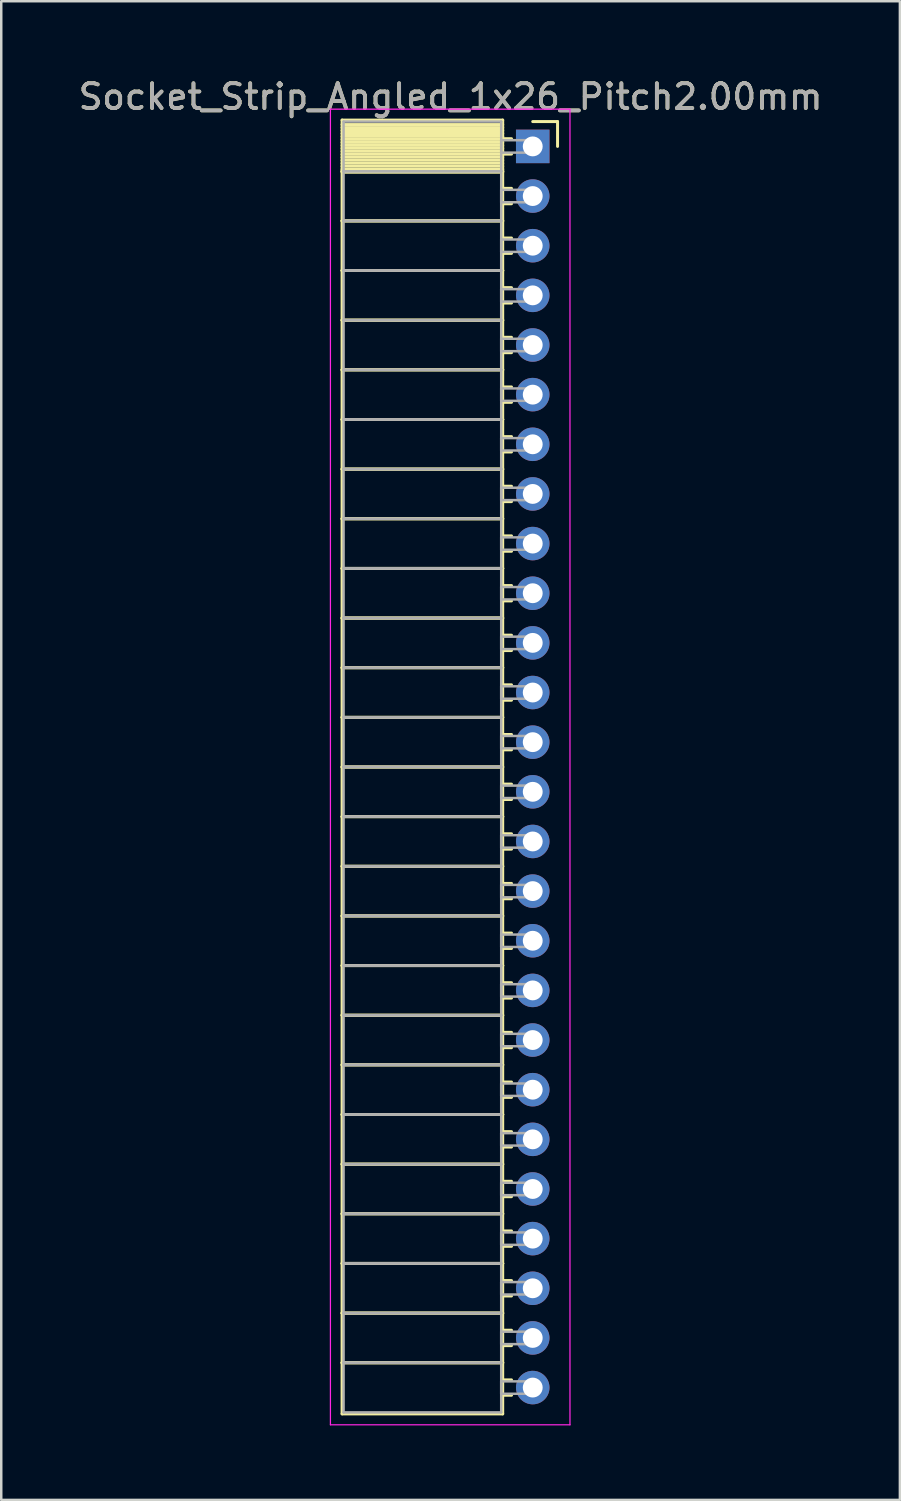
<source format=kicad_pcb>
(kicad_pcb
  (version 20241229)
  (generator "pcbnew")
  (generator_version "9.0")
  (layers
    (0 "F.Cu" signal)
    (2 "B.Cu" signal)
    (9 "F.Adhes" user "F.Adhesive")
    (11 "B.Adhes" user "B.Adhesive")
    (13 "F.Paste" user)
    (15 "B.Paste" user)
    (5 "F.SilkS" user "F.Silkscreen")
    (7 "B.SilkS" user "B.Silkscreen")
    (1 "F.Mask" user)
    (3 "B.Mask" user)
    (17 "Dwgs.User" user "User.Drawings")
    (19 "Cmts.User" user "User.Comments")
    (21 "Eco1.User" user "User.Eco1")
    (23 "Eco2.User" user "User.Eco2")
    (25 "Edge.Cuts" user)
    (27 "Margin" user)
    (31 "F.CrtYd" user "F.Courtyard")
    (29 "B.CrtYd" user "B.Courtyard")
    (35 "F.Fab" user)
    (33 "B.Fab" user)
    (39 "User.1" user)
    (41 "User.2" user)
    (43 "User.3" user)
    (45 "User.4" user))
  (footprint "Socket_Strip_Angled_1x26_Pitch2.00mm"
    (layer "F.Cu")
    (at 18.411 2.848)
    (property "Reference" "Socket_Strip_Angled_1x26_Pitch2.00mm" (at -3.31 -2 0) (layer "F.SilkS") (effects (font (size 1 1) (thickness 0.15))))
    (attr through_hole)
    (fp_line (start -7.68 -1.06) (end -1.21 -1.06) (stroke (width 0.12) (type solid)) (layer "F.SilkS"))
    (fp_line (start -7.68 1) (end -7.68 -1.06) (stroke (width 0.12) (type solid)) (layer "F.SilkS"))
    (fp_line (start -7.68 1) (end -1.21 1) (stroke (width 0.12) (type solid)) (layer "F.SilkS"))
    (fp_line (start -7.68 3) (end -7.68 1) (stroke (width 0.12) (type solid)) (layer "F.SilkS"))
    (fp_line (start -7.68 3) (end -1.21 3) (stroke (width 0.12) (type solid)) (layer "F.SilkS"))
    (fp_line (start -7.68 5) (end -7.68 3) (stroke (width 0.12) (type solid)) (layer "F.SilkS"))
    (fp_line (start -7.68 5) (end -1.21 5) (stroke (width 0.12) (type solid)) (layer "F.SilkS"))
    (fp_line (start -7.68 7) (end -7.68 5) (stroke (width 0.12) (type solid)) (layer "F.SilkS"))
    (fp_line (start -7.68 7) (end -1.21 7) (stroke (width 0.12) (type solid)) (layer "F.SilkS"))
    (fp_line (start -7.68 9) (end -7.68 7) (stroke (width 0.12) (type solid)) (layer "F.SilkS"))
    (fp_line (start -7.68 9) (end -1.21 9) (stroke (width 0.12) (type solid)) (layer "F.SilkS"))
    (fp_line (start -7.68 11) (end -7.68 9) (stroke (width 0.12) (type solid)) (layer "F.SilkS"))
    (fp_line (start -7.68 11) (end -1.21 11) (stroke (width 0.12) (type solid)) (layer "F.SilkS"))
    (fp_line (start -7.68 13) (end -7.68 11) (stroke (width 0.12) (type solid)) (layer "F.SilkS"))
    (fp_line (start -7.68 13) (end -1.21 13) (stroke (width 0.12) (type solid)) (layer "F.SilkS"))
    (fp_line (start -7.68 15) (end -7.68 13) (stroke (width 0.12) (type solid)) (layer "F.SilkS"))
    (fp_line (start -7.68 15) (end -1.21 15) (stroke (width 0.12) (type solid)) (layer "F.SilkS"))
    (fp_line (start -7.68 17) (end -7.68 15) (stroke (width 0.12) (type solid)) (layer "F.SilkS"))
    (fp_line (start -7.68 17) (end -1.21 17) (stroke (width 0.12) (type solid)) (layer "F.SilkS"))
    (fp_line (start -7.68 19) (end -7.68 17) (stroke (width 0.12) (type solid)) (layer "F.SilkS"))
    (fp_line (start -7.68 19) (end -1.21 19) (stroke (width 0.12) (type solid)) (layer "F.SilkS"))
    (fp_line (start -7.68 21) (end -7.68 19) (stroke (width 0.12) (type solid)) (layer "F.SilkS"))
    (fp_line (start -7.68 21) (end -1.21 21) (stroke (width 0.12) (type solid)) (layer "F.SilkS"))
    (fp_line (start -7.68 23) (end -7.68 21) (stroke (width 0.12) (type solid)) (layer "F.SilkS"))
    (fp_line (start -7.68 23) (end -1.21 23) (stroke (width 0.12) (type solid)) (layer "F.SilkS"))
    (fp_line (start -7.68 25) (end -7.68 23) (stroke (width 0.12) (type solid)) (layer "F.SilkS"))
    (fp_line (start -7.68 25) (end -1.21 25) (stroke (width 0.12) (type solid)) (layer "F.SilkS"))
    (fp_line (start -7.68 27) (end -7.68 25) (stroke (width 0.12) (type solid)) (layer "F.SilkS"))
    (fp_line (start -7.68 27) (end -1.21 27) (stroke (width 0.12) (type solid)) (layer "F.SilkS"))
    (fp_line (start -7.68 29) (end -7.68 27) (stroke (width 0.12) (type solid)) (layer "F.SilkS"))
    (fp_line (start -7.68 29) (end -1.21 29) (stroke (width 0.12) (type solid)) (layer "F.SilkS"))
    (fp_line (start -7.68 31) (end -7.68 29) (stroke (width 0.12) (type solid)) (layer "F.SilkS"))
    (fp_line (start -7.68 31) (end -1.21 31) (stroke (width 0.12) (type solid)) (layer "F.SilkS"))
    (fp_line (start -7.68 33) (end -7.68 31) (stroke (width 0.12) (type solid)) (layer "F.SilkS"))
    (fp_line (start -7.68 33) (end -1.21 33) (stroke (width 0.12) (type solid)) (layer "F.SilkS"))
    (fp_line (start -7.68 35) (end -7.68 33) (stroke (width 0.12) (type solid)) (layer "F.SilkS"))
    (fp_line (start -7.68 35) (end -1.21 35) (stroke (width 0.12) (type solid)) (layer "F.SilkS"))
    (fp_line (start -7.68 37) (end -7.68 35) (stroke (width 0.12) (type solid)) (layer "F.SilkS"))
    (fp_line (start -7.68 37) (end -1.21 37) (stroke (width 0.12) (type solid)) (layer "F.SilkS"))
    (fp_line (start -7.68 39) (end -7.68 37) (stroke (width 0.12) (type solid)) (layer "F.SilkS"))
    (fp_line (start -7.68 39) (end -1.21 39) (stroke (width 0.12) (type solid)) (layer "F.SilkS"))
    (fp_line (start -7.68 41) (end -7.68 39) (stroke (width 0.12) (type solid)) (layer "F.SilkS"))
    (fp_line (start -7.68 41) (end -1.21 41) (stroke (width 0.12) (type solid)) (layer "F.SilkS"))
    (fp_line (start -7.68 43) (end -7.68 41) (stroke (width 0.12) (type solid)) (layer "F.SilkS"))
    (fp_line (start -7.68 43) (end -1.21 43) (stroke (width 0.12) (type solid)) (layer "F.SilkS"))
    (fp_line (start -7.68 45) (end -7.68 43) (stroke (width 0.12) (type solid)) (layer "F.SilkS"))
    (fp_line (start -7.68 45) (end -1.21 45) (stroke (width 0.12) (type solid)) (layer "F.SilkS"))
    (fp_line (start -7.68 47) (end -7.68 45) (stroke (width 0.12) (type solid)) (layer "F.SilkS"))
    (fp_line (start -7.68 47) (end -1.21 47) (stroke (width 0.12) (type solid)) (layer "F.SilkS"))
    (fp_line (start -7.68 49) (end -7.68 47) (stroke (width 0.12) (type solid)) (layer "F.SilkS"))
    (fp_line (start -7.68 49) (end -1.21 49) (stroke (width 0.12) (type solid)) (layer "F.SilkS"))
    (fp_line (start -7.68 51.06) (end -7.68 49) (stroke (width 0.12) (type solid)) (layer "F.SilkS"))
    (fp_line (start -1.21 -1.06) (end -1.21 1) (stroke (width 0.12) (type solid)) (layer "F.SilkS"))
    (fp_line (start -1.21 -0.88) (end -7.68 -0.88) (stroke (width 0.12) (type solid)) (layer "F.SilkS"))
    (fp_line (start -1.21 -0.76) (end -7.68 -0.76) (stroke (width 0.12) (type solid)) (layer "F.SilkS"))
    (fp_line (start -1.21 -0.64) (end -7.68 -0.64) (stroke (width 0.12) (type solid)) (layer "F.SilkS"))
    (fp_line (start -1.21 -0.52) (end -7.68 -0.52) (stroke (width 0.12) (type solid)) (layer "F.SilkS"))
    (fp_line (start -1.21 -0.4) (end -7.68 -0.4) (stroke (width 0.12) (type solid)) (layer "F.SilkS"))
    (fp_line (start -1.21 -0.28) (end -7.68 -0.28) (stroke (width 0.12) (type solid)) (layer "F.SilkS"))
    (fp_line (start -1.21 -0.16) (end -7.68 -0.16) (stroke (width 0.12) (type solid)) (layer "F.SilkS"))
    (fp_line (start -1.21 -0.04) (end -7.68 -0.04) (stroke (width 0.12) (type solid)) (layer "F.SilkS"))
    (fp_line (start -1.21 0.08) (end -7.68 0.08) (stroke (width 0.12) (type solid)) (layer "F.SilkS"))
    (fp_line (start -1.21 0.2) (end -7.68 0.2) (stroke (width 0.12) (type solid)) (layer "F.SilkS"))
    (fp_line (start -1.21 0.32) (end -7.68 0.32) (stroke (width 0.12) (type solid)) (layer "F.SilkS"))
    (fp_line (start -1.21 0.44) (end -7.68 0.44) (stroke (width 0.12) (type solid)) (layer "F.SilkS"))
    (fp_line (start -1.21 0.56) (end -7.68 0.56) (stroke (width 0.12) (type solid)) (layer "F.SilkS"))
    (fp_line (start -1.21 0.68) (end -7.68 0.68) (stroke (width 0.12) (type solid)) (layer "F.SilkS"))
    (fp_line (start -1.21 0.8) (end -7.68 0.8) (stroke (width 0.12) (type solid)) (layer "F.SilkS"))
    (fp_line (start -1.21 0.92) (end -7.68 0.92) (stroke (width 0.12) (type solid)) (layer "F.SilkS"))
    (fp_line (start -1.21 1) (end -7.68 1) (stroke (width 0.12) (type solid)) (layer "F.SilkS"))
    (fp_line (start -1.21 1) (end -1.21 3) (stroke (width 0.12) (type solid)) (layer "F.SilkS"))
    (fp_line (start -1.21 1.04) (end -7.68 1.04) (stroke (width 0.12) (type solid)) (layer "F.SilkS"))
    (fp_line (start -1.21 3) (end -7.68 3) (stroke (width 0.12) (type solid)) (layer "F.SilkS"))
    (fp_line (start -1.21 3) (end -1.21 5) (stroke (width 0.12) (type solid)) (layer "F.SilkS"))
    (fp_line (start -1.21 5) (end -7.68 5) (stroke (width 0.12) (type solid)) (layer "F.SilkS"))
    (fp_line (start -1.21 5) (end -1.21 7) (stroke (width 0.12) (type solid)) (layer "F.SilkS"))
    (fp_line (start -1.21 7) (end -7.68 7) (stroke (width 0.12) (type solid)) (layer "F.SilkS"))
    (fp_line (start -1.21 7) (end -1.21 9) (stroke (width 0.12) (type solid)) (layer "F.SilkS"))
    (fp_line (start -1.21 9) (end -7.68 9) (stroke (width 0.12) (type solid)) (layer "F.SilkS"))
    (fp_line (start -1.21 9) (end -1.21 11) (stroke (width 0.12) (type solid)) (layer "F.SilkS"))
    (fp_line (start -1.21 11) (end -7.68 11) (stroke (width 0.12) (type solid)) (layer "F.SilkS"))
    (fp_line (start -1.21 11) (end -1.21 13) (stroke (width 0.12) (type solid)) (layer "F.SilkS"))
    (fp_line (start -1.21 13) (end -7.68 13) (stroke (width 0.12) (type solid)) (layer "F.SilkS"))
    (fp_line (start -1.21 13) (end -1.21 15) (stroke (width 0.12) (type solid)) (layer "F.SilkS"))
    (fp_line (start -1.21 15) (end -7.68 15) (stroke (width 0.12) (type solid)) (layer "F.SilkS"))
    (fp_line (start -1.21 15) (end -1.21 17) (stroke (width 0.12) (type solid)) (layer "F.SilkS"))
    (fp_line (start -1.21 17) (end -7.68 17) (stroke (width 0.12) (type solid)) (layer "F.SilkS"))
    (fp_line (start -1.21 17) (end -1.21 19) (stroke (width 0.12) (type solid)) (layer "F.SilkS"))
    (fp_line (start -1.21 19) (end -7.68 19) (stroke (width 0.12) (type solid)) (layer "F.SilkS"))
    (fp_line (start -1.21 19) (end -1.21 21) (stroke (width 0.12) (type solid)) (layer "F.SilkS"))
    (fp_line (start -1.21 21) (end -7.68 21) (stroke (width 0.12) (type solid)) (layer "F.SilkS"))
    (fp_line (start -1.21 21) (end -1.21 23) (stroke (width 0.12) (type solid)) (layer "F.SilkS"))
    (fp_line (start -1.21 23) (end -7.68 23) (stroke (width 0.12) (type solid)) (layer "F.SilkS"))
    (fp_line (start -1.21 23) (end -1.21 25) (stroke (width 0.12) (type solid)) (layer "F.SilkS"))
    (fp_line (start -1.21 25) (end -7.68 25) (stroke (width 0.12) (type solid)) (layer "F.SilkS"))
    (fp_line (start -1.21 25) (end -1.21 27) (stroke (width 0.12) (type solid)) (layer "F.SilkS"))
    (fp_line (start -1.21 27) (end -7.68 27) (stroke (width 0.12) (type solid)) (layer "F.SilkS"))
    (fp_line (start -1.21 27) (end -1.21 29) (stroke (width 0.12) (type solid)) (layer "F.SilkS"))
    (fp_line (start -1.21 29) (end -7.68 29) (stroke (width 0.12) (type solid)) (layer "F.SilkS"))
    (fp_line (start -1.21 29) (end -1.21 31) (stroke (width 0.12) (type solid)) (layer "F.SilkS"))
    (fp_line (start -1.21 31) (end -7.68 31) (stroke (width 0.12) (type solid)) (layer "F.SilkS"))
    (fp_line (start -1.21 31) (end -1.21 33) (stroke (width 0.12) (type solid)) (layer "F.SilkS"))
    (fp_line (start -1.21 33) (end -7.68 33) (stroke (width 0.12) (type solid)) (layer "F.SilkS"))
    (fp_line (start -1.21 33) (end -1.21 35) (stroke (width 0.12) (type solid)) (layer "F.SilkS"))
    (fp_line (start -1.21 35) (end -7.68 35) (stroke (width 0.12) (type solid)) (layer "F.SilkS"))
    (fp_line (start -1.21 35) (end -1.21 37) (stroke (width 0.12) (type solid)) (layer "F.SilkS"))
    (fp_line (start -1.21 37) (end -7.68 37) (stroke (width 0.12) (type solid)) (layer "F.SilkS"))
    (fp_line (start -1.21 37) (end -1.21 39) (stroke (width 0.12) (type solid)) (layer "F.SilkS"))
    (fp_line (start -1.21 39) (end -7.68 39) (stroke (width 0.12) (type solid)) (layer "F.SilkS"))
    (fp_line (start -1.21 39) (end -1.21 41) (stroke (width 0.12) (type solid)) (layer "F.SilkS"))
    (fp_line (start -1.21 41) (end -7.68 41) (stroke (width 0.12) (type solid)) (layer "F.SilkS"))
    (fp_line (start -1.21 41) (end -1.21 43) (stroke (width 0.12) (type solid)) (layer "F.SilkS"))
    (fp_line (start -1.21 43) (end -7.68 43) (stroke (width 0.12) (type solid)) (layer "F.SilkS"))
    (fp_line (start -1.21 43) (end -1.21 45) (stroke (width 0.12) (type solid)) (layer "F.SilkS"))
    (fp_line (start -1.21 45) (end -7.68 45) (stroke (width 0.12) (type solid)) (layer "F.SilkS"))
    (fp_line (start -1.21 45) (end -1.21 47) (stroke (width 0.12) (type solid)) (layer "F.SilkS"))
    (fp_line (start -1.21 47) (end -7.68 47) (stroke (width 0.12) (type solid)) (layer "F.SilkS"))
    (fp_line (start -1.21 47) (end -1.21 49) (stroke (width 0.12) (type solid)) (layer "F.SilkS"))
    (fp_line (start -1.21 49) (end -7.68 49) (stroke (width 0.12) (type solid)) (layer "F.SilkS"))
    (fp_line (start -1.21 49) (end -1.21 51.06) (stroke (width 0.12) (type solid)) (layer "F.SilkS"))
    (fp_line (start -1.21 51.06) (end -7.68 51.06) (stroke (width 0.12) (type solid)) (layer "F.SilkS"))
    (fp_line (start -0.855 -0.31) (end -1.21 -0.31) (stroke (width 0.12) (type solid)) (layer "F.SilkS"))
    (fp_line (start -0.855 0.31) (end -1.21 0.31) (stroke (width 0.12) (type solid)) (layer "F.SilkS"))
    (fp_line (start -0.855 1.69) (end -1.21 1.69) (stroke (width 0.12) (type solid)) (layer "F.SilkS"))
    (fp_line (start -0.855 2.31) (end -1.21 2.31) (stroke (width 0.12) (type solid)) (layer "F.SilkS"))
    (fp_line (start -0.855 3.69) (end -1.21 3.69) (stroke (width 0.12) (type solid)) (layer "F.SilkS"))
    (fp_line (start -0.855 4.31) (end -1.21 4.31) (stroke (width 0.12) (type solid)) (layer "F.SilkS"))
    (fp_line (start -0.855 5.69) (end -1.21 5.69) (stroke (width 0.12) (type solid)) (layer "F.SilkS"))
    (fp_line (start -0.855 6.31) (end -1.21 6.31) (stroke (width 0.12) (type solid)) (layer "F.SilkS"))
    (fp_line (start -0.855 7.69) (end -1.21 7.69) (stroke (width 0.12) (type solid)) (layer "F.SilkS"))
    (fp_line (start -0.855 8.31) (end -1.21 8.31) (stroke (width 0.12) (type solid)) (layer "F.SilkS"))
    (fp_line (start -0.855 9.69) (end -1.21 9.69) (stroke (width 0.12) (type solid)) (layer "F.SilkS"))
    (fp_line (start -0.855 10.31) (end -1.21 10.31) (stroke (width 0.12) (type solid)) (layer "F.SilkS"))
    (fp_line (start -0.855 11.69) (end -1.21 11.69) (stroke (width 0.12) (type solid)) (layer "F.SilkS"))
    (fp_line (start -0.855 12.31) (end -1.21 12.31) (stroke (width 0.12) (type solid)) (layer "F.SilkS"))
    (fp_line (start -0.855 13.69) (end -1.21 13.69) (stroke (width 0.12) (type solid)) (layer "F.SilkS"))
    (fp_line (start -0.855 14.31) (end -1.21 14.31) (stroke (width 0.12) (type solid)) (layer "F.SilkS"))
    (fp_line (start -0.855 15.69) (end -1.21 15.69) (stroke (width 0.12) (type solid)) (layer "F.SilkS"))
    (fp_line (start -0.855 16.31) (end -1.21 16.31) (stroke (width 0.12) (type solid)) (layer "F.SilkS"))
    (fp_line (start -0.855 17.69) (end -1.21 17.69) (stroke (width 0.12) (type solid)) (layer "F.SilkS"))
    (fp_line (start -0.855 18.31) (end -1.21 18.31) (stroke (width 0.12) (type solid)) (layer "F.SilkS"))
    (fp_line (start -0.855 19.69) (end -1.21 19.69) (stroke (width 0.12) (type solid)) (layer "F.SilkS"))
    (fp_line (start -0.855 20.31) (end -1.21 20.31) (stroke (width 0.12) (type solid)) (layer "F.SilkS"))
    (fp_line (start -0.855 21.69) (end -1.21 21.69) (stroke (width 0.12) (type solid)) (layer "F.SilkS"))
    (fp_line (start -0.855 22.31) (end -1.21 22.31) (stroke (width 0.12) (type solid)) (layer "F.SilkS"))
    (fp_line (start -0.855 23.69) (end -1.21 23.69) (stroke (width 0.12) (type solid)) (layer "F.SilkS"))
    (fp_line (start -0.855 24.31) (end -1.21 24.31) (stroke (width 0.12) (type solid)) (layer "F.SilkS"))
    (fp_line (start -0.855 25.69) (end -1.21 25.69) (stroke (width 0.12) (type solid)) (layer "F.SilkS"))
    (fp_line (start -0.855 26.31) (end -1.21 26.31) (stroke (width 0.12) (type solid)) (layer "F.SilkS"))
    (fp_line (start -0.855 27.69) (end -1.21 27.69) (stroke (width 0.12) (type solid)) (layer "F.SilkS"))
    (fp_line (start -0.855 28.31) (end -1.21 28.31) (stroke (width 0.12) (type solid)) (layer "F.SilkS"))
    (fp_line (start -0.855 29.69) (end -1.21 29.69) (stroke (width 0.12) (type solid)) (layer "F.SilkS"))
    (fp_line (start -0.855 30.31) (end -1.21 30.31) (stroke (width 0.12) (type solid)) (layer "F.SilkS"))
    (fp_line (start -0.855 31.69) (end -1.21 31.69) (stroke (width 0.12) (type solid)) (layer "F.SilkS"))
    (fp_line (start -0.855 32.31) (end -1.21 32.31) (stroke (width 0.12) (type solid)) (layer "F.SilkS"))
    (fp_line (start -0.855 33.69) (end -1.21 33.69) (stroke (width 0.12) (type solid)) (layer "F.SilkS"))
    (fp_line (start -0.855 34.31) (end -1.21 34.31) (stroke (width 0.12) (type solid)) (layer "F.SilkS"))
    (fp_line (start -0.855 35.69) (end -1.21 35.69) (stroke (width 0.12) (type solid)) (layer "F.SilkS"))
    (fp_line (start -0.855 36.31) (end -1.21 36.31) (stroke (width 0.12) (type solid)) (layer "F.SilkS"))
    (fp_line (start -0.855 37.69) (end -1.21 37.69) (stroke (width 0.12) (type solid)) (layer "F.SilkS"))
    (fp_line (start -0.855 38.31) (end -1.21 38.31) (stroke (width 0.12) (type solid)) (layer "F.SilkS"))
    (fp_line (start -0.855 39.69) (end -1.21 39.69) (stroke (width 0.12) (type solid)) (layer "F.SilkS"))
    (fp_line (start -0.855 40.31) (end -1.21 40.31) (stroke (width 0.12) (type solid)) (layer "F.SilkS"))
    (fp_line (start -0.855 41.69) (end -1.21 41.69) (stroke (width 0.12) (type solid)) (layer "F.SilkS"))
    (fp_line (start -0.855 42.31) (end -1.21 42.31) (stroke (width 0.12) (type solid)) (layer "F.SilkS"))
    (fp_line (start -0.855 43.69) (end -1.21 43.69) (stroke (width 0.12) (type solid)) (layer "F.SilkS"))
    (fp_line (start -0.855 44.31) (end -1.21 44.31) (stroke (width 0.12) (type solid)) (layer "F.SilkS"))
    (fp_line (start -0.855 45.69) (end -1.21 45.69) (stroke (width 0.12) (type solid)) (layer "F.SilkS"))
    (fp_line (start -0.855 46.31) (end -1.21 46.31) (stroke (width 0.12) (type solid)) (layer "F.SilkS"))
    (fp_line (start -0.855 47.69) (end -1.21 47.69) (stroke (width 0.12) (type solid)) (layer "F.SilkS"))
    (fp_line (start -0.855 48.31) (end -1.21 48.31) (stroke (width 0.12) (type solid)) (layer "F.SilkS"))
    (fp_line (start -0.855 49.69) (end -1.21 49.69) (stroke (width 0.12) (type solid)) (layer "F.SilkS"))
    (fp_line (start -0.855 50.31) (end -1.21 50.31) (stroke (width 0.12) (type solid)) (layer "F.SilkS"))
    (fp_line (start 0 -1) (end 1 -1) (stroke (width 0.12) (type solid)) (layer "F.SilkS"))
    (fp_line (start 1 -1) (end 1 0) (stroke (width 0.12) (type solid)) (layer "F.SilkS"))
    (fp_line (start -8.15 -1.5) (end 1.5 -1.5) (stroke (width 0.05) (type solid)) (layer "F.CrtYd"))
    (fp_line (start -8.15 51.5) (end -8.15 -1.5) (stroke (width 0.05) (type solid)) (layer "F.CrtYd"))
    (fp_line (start 1.5 -1.5) (end 1.5 51.5) (stroke (width 0.05) (type solid)) (layer "F.CrtYd"))
    (fp_line (start 1.5 51.5) (end -8.15 51.5) (stroke (width 0.05) (type solid)) (layer "F.CrtYd"))
    (fp_line (start -7.62 -1) (end -1.27 -1) (stroke (width 0.1) (type solid)) (layer "F.Fab"))
    (fp_line (start -7.62 1) (end -7.62 -1) (stroke (width 0.1) (type solid)) (layer "F.Fab"))
    (fp_line (start -7.62 1) (end -1.27 1) (stroke (width 0.1) (type solid)) (layer "F.Fab"))
    (fp_line (start -7.62 3) (end -7.62 1) (stroke (width 0.1) (type solid)) (layer "F.Fab"))
    (fp_line (start -7.62 3) (end -1.27 3) (stroke (width 0.1) (type solid)) (layer "F.Fab"))
    (fp_line (start -7.62 5) (end -7.62 3) (stroke (width 0.1) (type solid)) (layer "F.Fab"))
    (fp_line (start -7.62 5) (end -1.27 5) (stroke (width 0.1) (type solid)) (layer "F.Fab"))
    (fp_line (start -7.62 7) (end -7.62 5) (stroke (width 0.1) (type solid)) (layer "F.Fab"))
    (fp_line (start -7.62 7) (end -1.27 7) (stroke (width 0.1) (type solid)) (layer "F.Fab"))
    (fp_line (start -7.62 9) (end -7.62 7) (stroke (width 0.1) (type solid)) (layer "F.Fab"))
    (fp_line (start -7.62 9) (end -1.27 9) (stroke (width 0.1) (type solid)) (layer "F.Fab"))
    (fp_line (start -7.62 11) (end -7.62 9) (stroke (width 0.1) (type solid)) (layer "F.Fab"))
    (fp_line (start -7.62 11) (end -1.27 11) (stroke (width 0.1) (type solid)) (layer "F.Fab"))
    (fp_line (start -7.62 13) (end -7.62 11) (stroke (width 0.1) (type solid)) (layer "F.Fab"))
    (fp_line (start -7.62 13) (end -1.27 13) (stroke (width 0.1) (type solid)) (layer "F.Fab"))
    (fp_line (start -7.62 15) (end -7.62 13) (stroke (width 0.1) (type solid)) (layer "F.Fab"))
    (fp_line (start -7.62 15) (end -1.27 15) (stroke (width 0.1) (type solid)) (layer "F.Fab"))
    (fp_line (start -7.62 17) (end -7.62 15) (stroke (width 0.1) (type solid)) (layer "F.Fab"))
    (fp_line (start -7.62 17) (end -1.27 17) (stroke (width 0.1) (type solid)) (layer "F.Fab"))
    (fp_line (start -7.62 19) (end -7.62 17) (stroke (width 0.1) (type solid)) (layer "F.Fab"))
    (fp_line (start -7.62 19) (end -1.27 19) (stroke (width 0.1) (type solid)) (layer "F.Fab"))
    (fp_line (start -7.62 21) (end -7.62 19) (stroke (width 0.1) (type solid)) (layer "F.Fab"))
    (fp_line (start -7.62 21) (end -1.27 21) (stroke (width 0.1) (type solid)) (layer "F.Fab"))
    (fp_line (start -7.62 23) (end -7.62 21) (stroke (width 0.1) (type solid)) (layer "F.Fab"))
    (fp_line (start -7.62 23) (end -1.27 23) (stroke (width 0.1) (type solid)) (layer "F.Fab"))
    (fp_line (start -7.62 25) (end -7.62 23) (stroke (width 0.1) (type solid)) (layer "F.Fab"))
    (fp_line (start -7.62 25) (end -1.27 25) (stroke (width 0.1) (type solid)) (layer "F.Fab"))
    (fp_line (start -7.62 27) (end -7.62 25) (stroke (width 0.1) (type solid)) (layer "F.Fab"))
    (fp_line (start -7.62 27) (end -1.27 27) (stroke (width 0.1) (type solid)) (layer "F.Fab"))
    (fp_line (start -7.62 29) (end -7.62 27) (stroke (width 0.1) (type solid)) (layer "F.Fab"))
    (fp_line (start -7.62 29) (end -1.27 29) (stroke (width 0.1) (type solid)) (layer "F.Fab"))
    (fp_line (start -7.62 31) (end -7.62 29) (stroke (width 0.1) (type solid)) (layer "F.Fab"))
    (fp_line (start -7.62 31) (end -1.27 31) (stroke (width 0.1) (type solid)) (layer "F.Fab"))
    (fp_line (start -7.62 33) (end -7.62 31) (stroke (width 0.1) (type solid)) (layer "F.Fab"))
    (fp_line (start -7.62 33) (end -1.27 33) (stroke (width 0.1) (type solid)) (layer "F.Fab"))
    (fp_line (start -7.62 35) (end -7.62 33) (stroke (width 0.1) (type solid)) (layer "F.Fab"))
    (fp_line (start -7.62 35) (end -1.27 35) (stroke (width 0.1) (type solid)) (layer "F.Fab"))
    (fp_line (start -7.62 37) (end -7.62 35) (stroke (width 0.1) (type solid)) (layer "F.Fab"))
    (fp_line (start -7.62 37) (end -1.27 37) (stroke (width 0.1) (type solid)) (layer "F.Fab"))
    (fp_line (start -7.62 39) (end -7.62 37) (stroke (width 0.1) (type solid)) (layer "F.Fab"))
    (fp_line (start -7.62 39) (end -1.27 39) (stroke (width 0.1) (type solid)) (layer "F.Fab"))
    (fp_line (start -7.62 41) (end -7.62 39) (stroke (width 0.1) (type solid)) (layer "F.Fab"))
    (fp_line (start -7.62 41) (end -1.27 41) (stroke (width 0.1) (type solid)) (layer "F.Fab"))
    (fp_line (start -7.62 43) (end -7.62 41) (stroke (width 0.1) (type solid)) (layer "F.Fab"))
    (fp_line (start -7.62 43) (end -1.27 43) (stroke (width 0.1) (type solid)) (layer "F.Fab"))
    (fp_line (start -7.62 45) (end -7.62 43) (stroke (width 0.1) (type solid)) (layer "F.Fab"))
    (fp_line (start -7.62 45) (end -1.27 45) (stroke (width 0.1) (type solid)) (layer "F.Fab"))
    (fp_line (start -7.62 47) (end -7.62 45) (stroke (width 0.1) (type solid)) (layer "F.Fab"))
    (fp_line (start -7.62 47) (end -1.27 47) (stroke (width 0.1) (type solid)) (layer "F.Fab"))
    (fp_line (start -7.62 49) (end -7.62 47) (stroke (width 0.1) (type solid)) (layer "F.Fab"))
    (fp_line (start -7.62 49) (end -1.27 49) (stroke (width 0.1) (type solid)) (layer "F.Fab"))
    (fp_line (start -7.62 51) (end -7.62 49) (stroke (width 0.1) (type solid)) (layer "F.Fab"))
    (fp_line (start -1.27 -1) (end -1.27 1) (stroke (width 0.1) (type solid)) (layer "F.Fab"))
    (fp_line (start -1.27 -0.25) (end 0 -0.25) (stroke (width 0.1) (type solid)) (layer "F.Fab"))
    (fp_line (start -1.27 0.25) (end -1.27 -0.25) (stroke (width 0.1) (type solid)) (layer "F.Fab"))
    (fp_line (start -1.27 1) (end -7.62 1) (stroke (width 0.1) (type solid)) (layer "F.Fab"))
    (fp_line (start -1.27 1) (end -1.27 3) (stroke (width 0.1) (type solid)) (layer "F.Fab"))
    (fp_line (start -1.27 1.75) (end 0 1.75) (stroke (width 0.1) (type solid)) (layer "F.Fab"))
    (fp_line (start -1.27 2.25) (end -1.27 1.75) (stroke (width 0.1) (type solid)) (layer "F.Fab"))
    (fp_line (start -1.27 3) (end -7.62 3) (stroke (width 0.1) (type solid)) (layer "F.Fab"))
    (fp_line (start -1.27 3) (end -1.27 5) (stroke (width 0.1) (type solid)) (layer "F.Fab"))
    (fp_line (start -1.27 3.75) (end 0 3.75) (stroke (width 0.1) (type solid)) (layer "F.Fab"))
    (fp_line (start -1.27 4.25) (end -1.27 3.75) (stroke (width 0.1) (type solid)) (layer "F.Fab"))
    (fp_line (start -1.27 5) (end -7.62 5) (stroke (width 0.1) (type solid)) (layer "F.Fab"))
    (fp_line (start -1.27 5) (end -1.27 7) (stroke (width 0.1) (type solid)) (layer "F.Fab"))
    (fp_line (start -1.27 5.75) (end 0 5.75) (stroke (width 0.1) (type solid)) (layer "F.Fab"))
    (fp_line (start -1.27 6.25) (end -1.27 5.75) (stroke (width 0.1) (type solid)) (layer "F.Fab"))
    (fp_line (start -1.27 7) (end -7.62 7) (stroke (width 0.1) (type solid)) (layer "F.Fab"))
    (fp_line (start -1.27 7) (end -1.27 9) (stroke (width 0.1) (type solid)) (layer "F.Fab"))
    (fp_line (start -1.27 7.75) (end 0 7.75) (stroke (width 0.1) (type solid)) (layer "F.Fab"))
    (fp_line (start -1.27 8.25) (end -1.27 7.75) (stroke (width 0.1) (type solid)) (layer "F.Fab"))
    (fp_line (start -1.27 9) (end -7.62 9) (stroke (width 0.1) (type solid)) (layer "F.Fab"))
    (fp_line (start -1.27 9) (end -1.27 11) (stroke (width 0.1) (type solid)) (layer "F.Fab"))
    (fp_line (start -1.27 9.75) (end 0 9.75) (stroke (width 0.1) (type solid)) (layer "F.Fab"))
    (fp_line (start -1.27 10.25) (end -1.27 9.75) (stroke (width 0.1) (type solid)) (layer "F.Fab"))
    (fp_line (start -1.27 11) (end -7.62 11) (stroke (width 0.1) (type solid)) (layer "F.Fab"))
    (fp_line (start -1.27 11) (end -1.27 13) (stroke (width 0.1) (type solid)) (layer "F.Fab"))
    (fp_line (start -1.27 11.75) (end 0 11.75) (stroke (width 0.1) (type solid)) (layer "F.Fab"))
    (fp_line (start -1.27 12.25) (end -1.27 11.75) (stroke (width 0.1) (type solid)) (layer "F.Fab"))
    (fp_line (start -1.27 13) (end -7.62 13) (stroke (width 0.1) (type solid)) (layer "F.Fab"))
    (fp_line (start -1.27 13) (end -1.27 15) (stroke (width 0.1) (type solid)) (layer "F.Fab"))
    (fp_line (start -1.27 13.75) (end 0 13.75) (stroke (width 0.1) (type solid)) (layer "F.Fab"))
    (fp_line (start -1.27 14.25) (end -1.27 13.75) (stroke (width 0.1) (type solid)) (layer "F.Fab"))
    (fp_line (start -1.27 15) (end -7.62 15) (stroke (width 0.1) (type solid)) (layer "F.Fab"))
    (fp_line (start -1.27 15) (end -1.27 17) (stroke (width 0.1) (type solid)) (layer "F.Fab"))
    (fp_line (start -1.27 15.75) (end 0 15.75) (stroke (width 0.1) (type solid)) (layer "F.Fab"))
    (fp_line (start -1.27 16.25) (end -1.27 15.75) (stroke (width 0.1) (type solid)) (layer "F.Fab"))
    (fp_line (start -1.27 17) (end -7.62 17) (stroke (width 0.1) (type solid)) (layer "F.Fab"))
    (fp_line (start -1.27 17) (end -1.27 19) (stroke (width 0.1) (type solid)) (layer "F.Fab"))
    (fp_line (start -1.27 17.75) (end 0 17.75) (stroke (width 0.1) (type solid)) (layer "F.Fab"))
    (fp_line (start -1.27 18.25) (end -1.27 17.75) (stroke (width 0.1) (type solid)) (layer "F.Fab"))
    (fp_line (start -1.27 19) (end -7.62 19) (stroke (width 0.1) (type solid)) (layer "F.Fab"))
    (fp_line (start -1.27 19) (end -1.27 21) (stroke (width 0.1) (type solid)) (layer "F.Fab"))
    (fp_line (start -1.27 19.75) (end 0 19.75) (stroke (width 0.1) (type solid)) (layer "F.Fab"))
    (fp_line (start -1.27 20.25) (end -1.27 19.75) (stroke (width 0.1) (type solid)) (layer "F.Fab"))
    (fp_line (start -1.27 21) (end -7.62 21) (stroke (width 0.1) (type solid)) (layer "F.Fab"))
    (fp_line (start -1.27 21) (end -1.27 23) (stroke (width 0.1) (type solid)) (layer "F.Fab"))
    (fp_line (start -1.27 21.75) (end 0 21.75) (stroke (width 0.1) (type solid)) (layer "F.Fab"))
    (fp_line (start -1.27 22.25) (end -1.27 21.75) (stroke (width 0.1) (type solid)) (layer "F.Fab"))
    (fp_line (start -1.27 23) (end -7.62 23) (stroke (width 0.1) (type solid)) (layer "F.Fab"))
    (fp_line (start -1.27 23) (end -1.27 25) (stroke (width 0.1) (type solid)) (layer "F.Fab"))
    (fp_line (start -1.27 23.75) (end 0 23.75) (stroke (width 0.1) (type solid)) (layer "F.Fab"))
    (fp_line (start -1.27 24.25) (end -1.27 23.75) (stroke (width 0.1) (type solid)) (layer "F.Fab"))
    (fp_line (start -1.27 25) (end -7.62 25) (stroke (width 0.1) (type solid)) (layer "F.Fab"))
    (fp_line (start -1.27 25) (end -1.27 27) (stroke (width 0.1) (type solid)) (layer "F.Fab"))
    (fp_line (start -1.27 25.75) (end 0 25.75) (stroke (width 0.1) (type solid)) (layer "F.Fab"))
    (fp_line (start -1.27 26.25) (end -1.27 25.75) (stroke (width 0.1) (type solid)) (layer "F.Fab"))
    (fp_line (start -1.27 27) (end -7.62 27) (stroke (width 0.1) (type solid)) (layer "F.Fab"))
    (fp_line (start -1.27 27) (end -1.27 29) (stroke (width 0.1) (type solid)) (layer "F.Fab"))
    (fp_line (start -1.27 27.75) (end 0 27.75) (stroke (width 0.1) (type solid)) (layer "F.Fab"))
    (fp_line (start -1.27 28.25) (end -1.27 27.75) (stroke (width 0.1) (type solid)) (layer "F.Fab"))
    (fp_line (start -1.27 29) (end -7.62 29) (stroke (width 0.1) (type solid)) (layer "F.Fab"))
    (fp_line (start -1.27 29) (end -1.27 31) (stroke (width 0.1) (type solid)) (layer "F.Fab"))
    (fp_line (start -1.27 29.75) (end 0 29.75) (stroke (width 0.1) (type solid)) (layer "F.Fab"))
    (fp_line (start -1.27 30.25) (end -1.27 29.75) (stroke (width 0.1) (type solid)) (layer "F.Fab"))
    (fp_line (start -1.27 31) (end -7.62 31) (stroke (width 0.1) (type solid)) (layer "F.Fab"))
    (fp_line (start -1.27 31) (end -1.27 33) (stroke (width 0.1) (type solid)) (layer "F.Fab"))
    (fp_line (start -1.27 31.75) (end 0 31.75) (stroke (width 0.1) (type solid)) (layer "F.Fab"))
    (fp_line (start -1.27 32.25) (end -1.27 31.75) (stroke (width 0.1) (type solid)) (layer "F.Fab"))
    (fp_line (start -1.27 33) (end -7.62 33) (stroke (width 0.1) (type solid)) (layer "F.Fab"))
    (fp_line (start -1.27 33) (end -1.27 35) (stroke (width 0.1) (type solid)) (layer "F.Fab"))
    (fp_line (start -1.27 33.75) (end 0 33.75) (stroke (width 0.1) (type solid)) (layer "F.Fab"))
    (fp_line (start -1.27 34.25) (end -1.27 33.75) (stroke (width 0.1) (type solid)) (layer "F.Fab"))
    (fp_line (start -1.27 35) (end -7.62 35) (stroke (width 0.1) (type solid)) (layer "F.Fab"))
    (fp_line (start -1.27 35) (end -1.27 37) (stroke (width 0.1) (type solid)) (layer "F.Fab"))
    (fp_line (start -1.27 35.75) (end 0 35.75) (stroke (width 0.1) (type solid)) (layer "F.Fab"))
    (fp_line (start -1.27 36.25) (end -1.27 35.75) (stroke (width 0.1) (type solid)) (layer "F.Fab"))
    (fp_line (start -1.27 37) (end -7.62 37) (stroke (width 0.1) (type solid)) (layer "F.Fab"))
    (fp_line (start -1.27 37) (end -1.27 39) (stroke (width 0.1) (type solid)) (layer "F.Fab"))
    (fp_line (start -1.27 37.75) (end 0 37.75) (stroke (width 0.1) (type solid)) (layer "F.Fab"))
    (fp_line (start -1.27 38.25) (end -1.27 37.75) (stroke (width 0.1) (type solid)) (layer "F.Fab"))
    (fp_line (start -1.27 39) (end -7.62 39) (stroke (width 0.1) (type solid)) (layer "F.Fab"))
    (fp_line (start -1.27 39) (end -1.27 41) (stroke (width 0.1) (type solid)) (layer "F.Fab"))
    (fp_line (start -1.27 39.75) (end 0 39.75) (stroke (width 0.1) (type solid)) (layer "F.Fab"))
    (fp_line (start -1.27 40.25) (end -1.27 39.75) (stroke (width 0.1) (type solid)) (layer "F.Fab"))
    (fp_line (start -1.27 41) (end -7.62 41) (stroke (width 0.1) (type solid)) (layer "F.Fab"))
    (fp_line (start -1.27 41) (end -1.27 43) (stroke (width 0.1) (type solid)) (layer "F.Fab"))
    (fp_line (start -1.27 41.75) (end 0 41.75) (stroke (width 0.1) (type solid)) (layer "F.Fab"))
    (fp_line (start -1.27 42.25) (end -1.27 41.75) (stroke (width 0.1) (type solid)) (layer "F.Fab"))
    (fp_line (start -1.27 43) (end -7.62 43) (stroke (width 0.1) (type solid)) (layer "F.Fab"))
    (fp_line (start -1.27 43) (end -1.27 45) (stroke (width 0.1) (type solid)) (layer "F.Fab"))
    (fp_line (start -1.27 43.75) (end 0 43.75) (stroke (width 0.1) (type solid)) (layer "F.Fab"))
    (fp_line (start -1.27 44.25) (end -1.27 43.75) (stroke (width 0.1) (type solid)) (layer "F.Fab"))
    (fp_line (start -1.27 45) (end -7.62 45) (stroke (width 0.1) (type solid)) (layer "F.Fab"))
    (fp_line (start -1.27 45) (end -1.27 47) (stroke (width 0.1) (type solid)) (layer "F.Fab"))
    (fp_line (start -1.27 45.75) (end 0 45.75) (stroke (width 0.1) (type solid)) (layer "F.Fab"))
    (fp_line (start -1.27 46.25) (end -1.27 45.75) (stroke (width 0.1) (type solid)) (layer "F.Fab"))
    (fp_line (start -1.27 47) (end -7.62 47) (stroke (width 0.1) (type solid)) (layer "F.Fab"))
    (fp_line (start -1.27 47) (end -1.27 49) (stroke (width 0.1) (type solid)) (layer "F.Fab"))
    (fp_line (start -1.27 47.75) (end 0 47.75) (stroke (width 0.1) (type solid)) (layer "F.Fab"))
    (fp_line (start -1.27 48.25) (end -1.27 47.75) (stroke (width 0.1) (type solid)) (layer "F.Fab"))
    (fp_line (start -1.27 49) (end -7.62 49) (stroke (width 0.1) (type solid)) (layer "F.Fab"))
    (fp_line (start -1.27 49) (end -1.27 51) (stroke (width 0.1) (type solid)) (layer "F.Fab"))
    (fp_line (start -1.27 49.75) (end 0 49.75) (stroke (width 0.1) (type solid)) (layer "F.Fab"))
    (fp_line (start -1.27 50.25) (end -1.27 49.75) (stroke (width 0.1) (type solid)) (layer "F.Fab"))
    (fp_line (start -1.27 51) (end -7.62 51) (stroke (width 0.1) (type solid)) (layer "F.Fab"))
    (fp_line (start 0 -0.25) (end 0 0.25) (stroke (width 0.1) (type solid)) (layer "F.Fab"))
    (fp_line (start 0 0.25) (end -1.27 0.25) (stroke (width 0.1) (type solid)) (layer "F.Fab"))
    (fp_line (start 0 1.75) (end 0 2.25) (stroke (width 0.1) (type solid)) (layer "F.Fab"))
    (fp_line (start 0 2.25) (end -1.27 2.25) (stroke (width 0.1) (type solid)) (layer "F.Fab"))
    (fp_line (start 0 3.75) (end 0 4.25) (stroke (width 0.1) (type solid)) (layer "F.Fab"))
    (fp_line (start 0 4.25) (end -1.27 4.25) (stroke (width 0.1) (type solid)) (layer "F.Fab"))
    (fp_line (start 0 5.75) (end 0 6.25) (stroke (width 0.1) (type solid)) (layer "F.Fab"))
    (fp_line (start 0 6.25) (end -1.27 6.25) (stroke (width 0.1) (type solid)) (layer "F.Fab"))
    (fp_line (start 0 7.75) (end 0 8.25) (stroke (width 0.1) (type solid)) (layer "F.Fab"))
    (fp_line (start 0 8.25) (end -1.27 8.25) (stroke (width 0.1) (type solid)) (layer "F.Fab"))
    (fp_line (start 0 9.75) (end 0 10.25) (stroke (width 0.1) (type solid)) (layer "F.Fab"))
    (fp_line (start 0 10.25) (end -1.27 10.25) (stroke (width 0.1) (type solid)) (layer "F.Fab"))
    (fp_line (start 0 11.75) (end 0 12.25) (stroke (width 0.1) (type solid)) (layer "F.Fab"))
    (fp_line (start 0 12.25) (end -1.27 12.25) (stroke (width 0.1) (type solid)) (layer "F.Fab"))
    (fp_line (start 0 13.75) (end 0 14.25) (stroke (width 0.1) (type solid)) (layer "F.Fab"))
    (fp_line (start 0 14.25) (end -1.27 14.25) (stroke (width 0.1) (type solid)) (layer "F.Fab"))
    (fp_line (start 0 15.75) (end 0 16.25) (stroke (width 0.1) (type solid)) (layer "F.Fab"))
    (fp_line (start 0 16.25) (end -1.27 16.25) (stroke (width 0.1) (type solid)) (layer "F.Fab"))
    (fp_line (start 0 17.75) (end 0 18.25) (stroke (width 0.1) (type solid)) (layer "F.Fab"))
    (fp_line (start 0 18.25) (end -1.27 18.25) (stroke (width 0.1) (type solid)) (layer "F.Fab"))
    (fp_line (start 0 19.75) (end 0 20.25) (stroke (width 0.1) (type solid)) (layer "F.Fab"))
    (fp_line (start 0 20.25) (end -1.27 20.25) (stroke (width 0.1) (type solid)) (layer "F.Fab"))
    (fp_line (start 0 21.75) (end 0 22.25) (stroke (width 0.1) (type solid)) (layer "F.Fab"))
    (fp_line (start 0 22.25) (end -1.27 22.25) (stroke (width 0.1) (type solid)) (layer "F.Fab"))
    (fp_line (start 0 23.75) (end 0 24.25) (stroke (width 0.1) (type solid)) (layer "F.Fab"))
    (fp_line (start 0 24.25) (end -1.27 24.25) (stroke (width 0.1) (type solid)) (layer "F.Fab"))
    (fp_line (start 0 25.75) (end 0 26.25) (stroke (width 0.1) (type solid)) (layer "F.Fab"))
    (fp_line (start 0 26.25) (end -1.27 26.25) (stroke (width 0.1) (type solid)) (layer "F.Fab"))
    (fp_line (start 0 27.75) (end 0 28.25) (stroke (width 0.1) (type solid)) (layer "F.Fab"))
    (fp_line (start 0 28.25) (end -1.27 28.25) (stroke (width 0.1) (type solid)) (layer "F.Fab"))
    (fp_line (start 0 29.75) (end 0 30.25) (stroke (width 0.1) (type solid)) (layer "F.Fab"))
    (fp_line (start 0 30.25) (end -1.27 30.25) (stroke (width 0.1) (type solid)) (layer "F.Fab"))
    (fp_line (start 0 31.75) (end 0 32.25) (stroke (width 0.1) (type solid)) (layer "F.Fab"))
    (fp_line (start 0 32.25) (end -1.27 32.25) (stroke (width 0.1) (type solid)) (layer "F.Fab"))
    (fp_line (start 0 33.75) (end 0 34.25) (stroke (width 0.1) (type solid)) (layer "F.Fab"))
    (fp_line (start 0 34.25) (end -1.27 34.25) (stroke (width 0.1) (type solid)) (layer "F.Fab"))
    (fp_line (start 0 35.75) (end 0 36.25) (stroke (width 0.1) (type solid)) (layer "F.Fab"))
    (fp_line (start 0 36.25) (end -1.27 36.25) (stroke (width 0.1) (type solid)) (layer "F.Fab"))
    (fp_line (start 0 37.75) (end 0 38.25) (stroke (width 0.1) (type solid)) (layer "F.Fab"))
    (fp_line (start 0 38.25) (end -1.27 38.25) (stroke (width 0.1) (type solid)) (layer "F.Fab"))
    (fp_line (start 0 39.75) (end 0 40.25) (stroke (width 0.1) (type solid)) (layer "F.Fab"))
    (fp_line (start 0 40.25) (end -1.27 40.25) (stroke (width 0.1) (type solid)) (layer "F.Fab"))
    (fp_line (start 0 41.75) (end 0 42.25) (stroke (width 0.1) (type solid)) (layer "F.Fab"))
    (fp_line (start 0 42.25) (end -1.27 42.25) (stroke (width 0.1) (type solid)) (layer "F.Fab"))
    (fp_line (start 0 43.75) (end 0 44.25) (stroke (width 0.1) (type solid)) (layer "F.Fab"))
    (fp_line (start 0 44.25) (end -1.27 44.25) (stroke (width 0.1) (type solid)) (layer "F.Fab"))
    (fp_line (start 0 45.75) (end 0 46.25) (stroke (width 0.1) (type solid)) (layer "F.Fab"))
    (fp_line (start 0 46.25) (end -1.27 46.25) (stroke (width 0.1) (type solid)) (layer "F.Fab"))
    (fp_line (start 0 47.75) (end 0 48.25) (stroke (width 0.1) (type solid)) (layer "F.Fab"))
    (fp_line (start 0 48.25) (end -1.27 48.25) (stroke (width 0.1) (type solid)) (layer "F.Fab"))
    (fp_line (start 0 49.75) (end 0 50.25) (stroke (width 0.1) (type solid)) (layer "F.Fab"))
    (fp_line (start 0 50.25) (end -1.27 50.25) (stroke (width 0.1) (type solid)) (layer "F.Fab"))
    (fp_text user "${REFERENCE}" (at -3.31 -2 0) (layer "F.Fab") (effects (font (size 1 1) (thickness 0.15))))
    (pad "1" thru_hole rect (at 0 0) (size 1.35 1.35) (drill 0.8) (layers "*.Cu" "*.Mask"))
    (pad "2" thru_hole oval (at 0 2) (size 1.35 1.35) (drill 0.8) (layers "*.Cu" "*.Mask"))
    (pad "3" thru_hole oval (at 0 4) (size 1.35 1.35) (drill 0.8) (layers "*.Cu" "*.Mask"))
    (pad "4" thru_hole oval (at 0 6) (size 1.35 1.35) (drill 0.8) (layers "*.Cu" "*.Mask"))
    (pad "5" thru_hole oval (at 0 8) (size 1.35 1.35) (drill 0.8) (layers "*.Cu" "*.Mask"))
    (pad "6" thru_hole oval (at 0 10) (size 1.35 1.35) (drill 0.8) (layers "*.Cu" "*.Mask"))
    (pad "7" thru_hole oval (at 0 12) (size 1.35 1.35) (drill 0.8) (layers "*.Cu" "*.Mask"))
    (pad "8" thru_hole oval (at 0 14) (size 1.35 1.35) (drill 0.8) (layers "*.Cu" "*.Mask"))
    (pad "9" thru_hole oval (at 0 16) (size 1.35 1.35) (drill 0.8) (layers "*.Cu" "*.Mask"))
    (pad "10" thru_hole oval (at 0 18) (size 1.35 1.35) (drill 0.8) (layers "*.Cu" "*.Mask"))
    (pad "11" thru_hole oval (at 0 20) (size 1.35 1.35) (drill 0.8) (layers "*.Cu" "*.Mask"))
    (pad "12" thru_hole oval (at 0 22) (size 1.35 1.35) (drill 0.8) (layers "*.Cu" "*.Mask"))
    (pad "13" thru_hole oval (at 0 24) (size 1.35 1.35) (drill 0.8) (layers "*.Cu" "*.Mask"))
    (pad "14" thru_hole oval (at 0 26) (size 1.35 1.35) (drill 0.8) (layers "*.Cu" "*.Mask"))
    (pad "15" thru_hole oval (at 0 28) (size 1.35 1.35) (drill 0.8) (layers "*.Cu" "*.Mask"))
    (pad "16" thru_hole oval (at 0 30) (size 1.35 1.35) (drill 0.8) (layers "*.Cu" "*.Mask"))
    (pad "17" thru_hole oval (at 0 32) (size 1.35 1.35) (drill 0.8) (layers "*.Cu" "*.Mask"))
    (pad "18" thru_hole oval (at 0 34) (size 1.35 1.35) (drill 0.8) (layers "*.Cu" "*.Mask"))
    (pad "19" thru_hole oval (at 0 36) (size 1.35 1.35) (drill 0.8) (layers "*.Cu" "*.Mask"))
    (pad "20" thru_hole oval (at 0 38) (size 1.35 1.35) (drill 0.8) (layers "*.Cu" "*.Mask"))
    (pad "21" thru_hole oval (at 0 40) (size 1.35 1.35) (drill 0.8) (layers "*.Cu" "*.Mask"))
    (pad "22" thru_hole oval (at 0 42) (size 1.35 1.35) (drill 0.8) (layers "*.Cu" "*.Mask"))
    (pad "23" thru_hole oval (at 0 44) (size 1.35 1.35) (drill 0.8) (layers "*.Cu" "*.Mask"))
    (pad "24" thru_hole oval (at 0 46) (size 1.35 1.35) (drill 0.8) (layers "*.Cu" "*.Mask"))
    (pad "25" thru_hole oval (at 0 48) (size 1.35 1.35) (drill 0.8) (layers "*.Cu" "*.Mask"))
    (pad "26" thru_hole oval (at 0 50) (size 1.35 1.35) (drill 0.8) (layers "*.Cu" "*.Mask")))
  (gr_rect
    (start -3 -3)
    (end 33.202 57.373)
    (stroke (width 0.1) (type default))
    (fill no)
    (layer "Edge.Cuts")))
</source>
